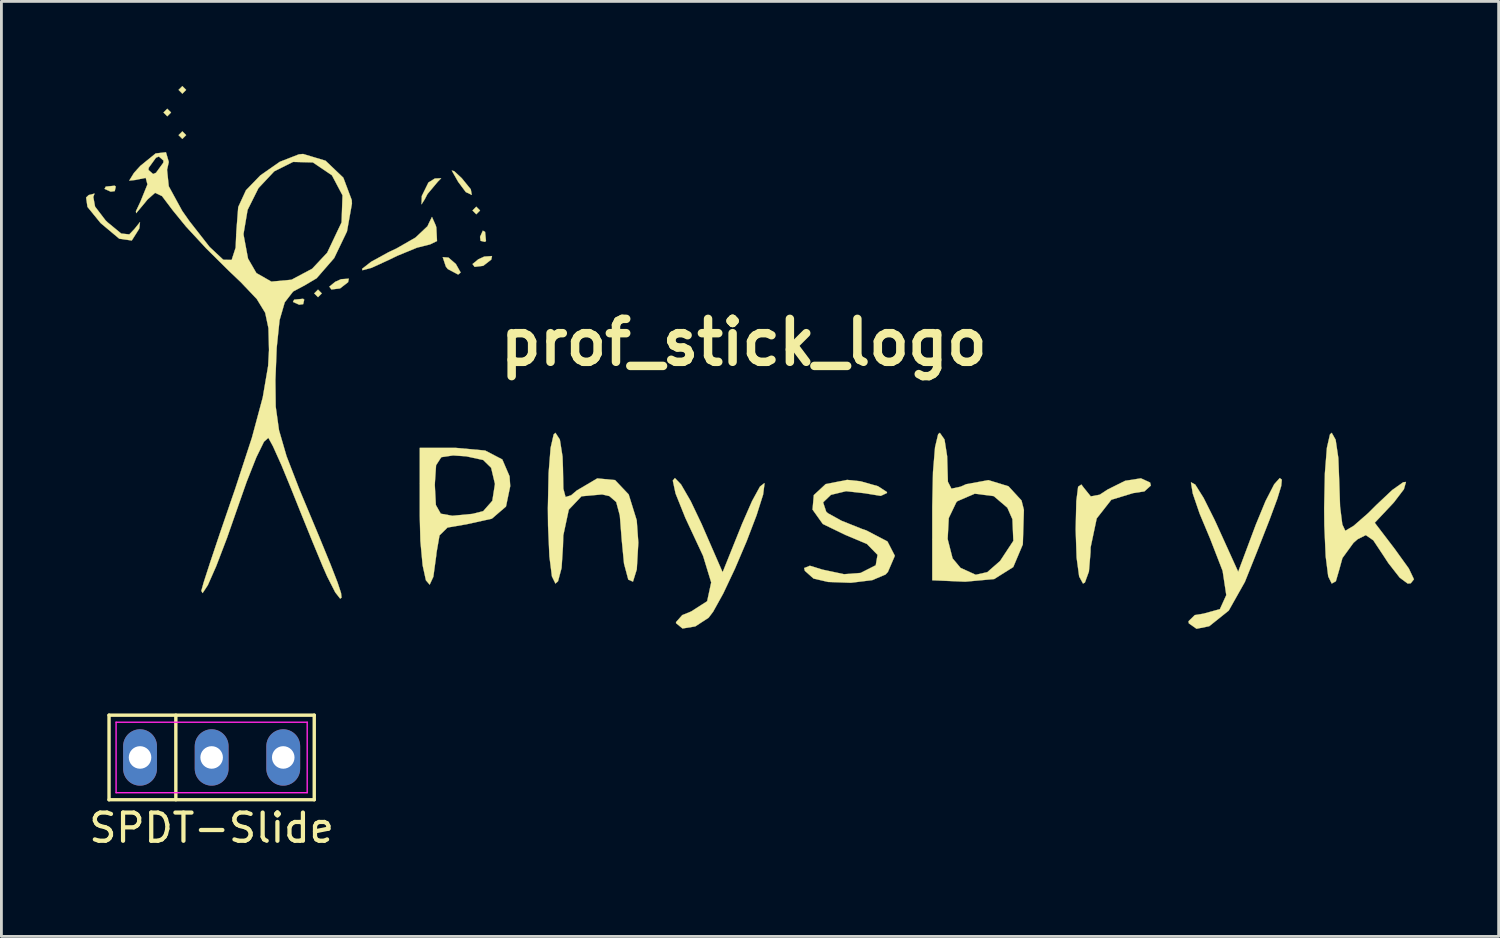
<source format=kicad_pcb>
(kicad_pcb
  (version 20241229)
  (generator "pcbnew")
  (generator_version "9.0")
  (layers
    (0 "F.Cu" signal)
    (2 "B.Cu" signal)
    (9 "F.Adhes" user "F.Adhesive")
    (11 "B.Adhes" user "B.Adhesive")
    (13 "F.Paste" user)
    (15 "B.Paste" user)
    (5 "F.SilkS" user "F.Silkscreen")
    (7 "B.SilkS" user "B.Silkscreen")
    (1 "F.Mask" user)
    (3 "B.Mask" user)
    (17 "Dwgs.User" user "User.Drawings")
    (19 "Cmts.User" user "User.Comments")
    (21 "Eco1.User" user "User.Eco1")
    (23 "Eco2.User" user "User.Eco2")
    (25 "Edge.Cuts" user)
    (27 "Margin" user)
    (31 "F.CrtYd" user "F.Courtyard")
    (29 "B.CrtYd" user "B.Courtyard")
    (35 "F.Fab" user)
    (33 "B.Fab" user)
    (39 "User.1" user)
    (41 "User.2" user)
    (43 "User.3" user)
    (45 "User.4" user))
  (footprint "prof_stick_logo"
    (layer "F.Cu")
    (at 23.338 9.096)
    (property "Reference" "prof_stick_logo" (at 0 0 0) (layer "F.SilkS") (effects (font (size 1.524 1.524) (thickness 0.3))))
    (attr through_hole)
    (fp_poly (pts (xy -20.32 -8.155) (xy -20.454 -8.021) (xy -20.587 -8.155) (xy -20.454 -8.288) (xy -20.32 -8.155)) (stroke (width 0.01) (type solid)) (fill yes) (layer "F.SilkS"))
    (fp_poly (pts (xy -19.785 -8.957) (xy -19.919 -8.823) (xy -20.053 -8.957) (xy -19.919 -9.091) (xy -19.785 -8.957)) (stroke (width 0.01) (type solid)) (fill yes) (layer "F.SilkS"))
    (fp_poly (pts (xy -19.785 -7.353) (xy -19.919 -7.219) (xy -20.053 -7.353) (xy -19.919 -7.486) (xy -19.785 -7.353)) (stroke (width 0.01) (type solid)) (fill yes) (layer "F.SilkS"))
    (fp_poly (pts (xy -14.973 -1.738) (xy -15.106 -1.604) (xy -15.24 -1.738) (xy -15.106 -1.872) (xy -14.973 -1.738)) (stroke (width 0.01) (type solid)) (fill yes) (layer "F.SilkS"))
    (fp_poly (pts (xy -9.358 -4.679) (xy -9.492 -4.545) (xy -9.625 -4.679) (xy -9.492 -4.813) (xy -9.358 -4.679)) (stroke (width 0.01) (type solid)) (fill yes) (layer "F.SilkS"))
    (fp_poly (pts (xy -22.281 -5.526) (xy -22.317 -5.367) (xy -22.459 -5.347) (xy -22.679 -5.445) (xy -22.637 -5.526) (xy -22.32 -5.558) (xy -22.281 -5.526)) (stroke (width 0.01) (type solid)) (fill yes) (layer "F.SilkS"))
    (fp_poly (pts (xy -15.596 -1.515) (xy -15.633 -1.356) (xy -15.775 -1.337) (xy -15.995 -1.435) (xy -15.953 -1.515) (xy -15.636 -1.547) (xy -15.596 -1.515)) (stroke (width 0.01) (type solid)) (fill yes) (layer "F.SilkS"))
    (fp_poly (pts (xy -9.18 -3.921) (xy -9.148 -3.604) (xy -9.18 -3.565) (xy -9.339 -3.602) (xy -9.358 -3.743) (xy -9.26 -3.963) (xy -9.18 -3.921)) (stroke (width 0.01) (type solid)) (fill yes) (layer "F.SilkS"))
    (fp_poly (pts (xy -14.039 -2.136) (xy -14.325 -1.914) (xy -14.631 -1.877) (xy -14.705 -1.977) (xy -14.496 -2.148) (xy -14.29 -2.241) (xy -14.014 -2.26) (xy -14.039 -2.136)) (stroke (width 0.01) (type solid)) (fill yes) (layer "F.SilkS"))
    (fp_poly (pts (xy -10.479 -3.008) (xy -10.216 -2.78) (xy -10.046 -2.479) (xy -10.134 -2.406) (xy -10.504 -2.602) (xy -10.572 -2.691) (xy -10.682 -3.023) (xy -10.479 -3.008)) (stroke (width 0.01) (type solid)) (fill yes) (layer "F.SilkS"))
    (fp_poly (pts (xy -10.276 -6.074) (xy -10.005 -5.822) (xy -9.687 -5.43) (xy -9.651 -5.232) (xy -9.863 -5.332) (xy -10.133 -5.694) (xy -10.361 -6.095) (xy -10.276 -6.074)) (stroke (width 0.01) (type solid)) (fill yes) (layer "F.SilkS"))
    (fp_poly (pts (xy -8.959 -2.938) (xy -9.245 -2.716) (xy -9.551 -2.679) (xy -9.625 -2.779) (xy -9.416 -2.95) (xy -9.21 -3.043) (xy -8.934 -3.062) (xy -8.959 -2.938)) (stroke (width 0.01) (type solid)) (fill yes) (layer "F.SilkS"))
    (fp_poly (pts (xy -10.855 -5.702) (xy -11.223 -5.264) (xy -11.318 -5.08) (xy -11.434 -4.897) (xy -11.425 -5.192) (xy -11.19 -5.671) (xy -10.962 -5.813) (xy -10.737 -5.823) (xy -10.855 -5.702)) (stroke (width 0.01) (type solid)) (fill yes) (layer "F.SilkS"))
    (fp_poly (pts (xy -10.929 -4.147) (xy -10.909 -4.077) (xy -10.885 -3.595) (xy -11.131 -3.476) (xy -11.594 -3.36) (xy -12.301 -3.069) (xy -12.605 -2.921) (xy -13.21 -2.644) (xy -13.53 -2.559) (xy -13.543 -2.608) (xy -13.224 -2.858) (xy -12.602 -3.2) (xy -12.325 -3.33) (xy -11.648 -3.719) (xy -11.222 -4.121) (xy -11.165 -4.246) (xy -11.064 -4.45) (xy -10.929 -4.147)) (stroke (width 0.01) (type solid)) (fill yes) (layer "F.SilkS"))
    (fp_poly (pts (xy -23.078 -5.16) (xy -23.016 -4.817) (xy -22.645 -4.33) (xy -22.57 -4.257) (xy -22.088 -3.861) (xy -21.8 -3.831) (xy -21.622 -4.018) (xy -21.422 -4.266) (xy -21.444 -4.061) (xy -21.453 -4.027) (xy -21.713 -3.614) (xy -22.156 -3.677) (xy -22.804 -4.22) (xy -22.828 -4.244) (xy -23.285 -4.806) (xy -23.333 -5.139) (xy -23.242 -5.226) (xy -23.034 -5.279) (xy -23.078 -5.16)) (stroke (width 0.01) (type solid)) (fill yes) (layer "F.SilkS"))
    (fp_poly (pts (xy 14.412 4.972) (xy 14.438 5.08) (xy 14.21 5.286) (xy 13.811 5.347) (xy 13.037 5.583) (xy 12.518 6.246) (xy 12.302 7.272) (xy 12.299 7.441) (xy 12.242 8.127) (xy 12.099 8.52) (xy 12.032 8.556) (xy 11.896 8.307) (xy 11.805 7.636) (xy 11.772 6.654) (xy 11.772 6.617) (xy 11.795 5.629) (xy 11.859 5.121) (xy 11.974 5.043) (xy 12.055 5.151) (xy 12.307 5.463) (xy 12.624 5.404) (xy 12.909 5.218) (xy 13.527 4.91) (xy 14.086 4.823) (xy 14.412 4.972)) (stroke (width 0.01) (type solid)) (fill yes) (layer "F.SilkS"))
    (fp_poly (pts (xy 19.085 4.871) (xy 19.064 5.092) (xy 18.925 5.546) (xy 18.645 6.303) (xy 18.201 7.435) (xy 17.775 8.497) (xy 17.202 9.515) (xy 16.509 10.069) (xy 16.06 10.16) (xy 15.786 9.967) (xy 15.775 9.893) (xy 15.998 9.674) (xy 16.3 9.625) (xy 16.888 9.464) (xy 17.115 8.965) (xy 16.985 8.107) (xy 16.544 6.969) (xy 16.17 6.077) (xy 15.926 5.362) (xy 15.862 4.972) (xy 15.865 4.964) (xy 16.013 5.044) (xy 16.31 5.517) (xy 16.695 6.286) (xy 16.752 6.408) (xy 17.537 8.138) (xy 18.159 6.475) (xy 18.506 5.633) (xy 18.814 5.034) (xy 19.012 4.813) (xy 19.085 4.871)) (stroke (width 0.01) (type solid)) (fill yes) (layer "F.SilkS"))
    (fp_poly (pts (xy -2.228 5.039) (xy -1.884 5.634) (xy -1.487 6.468) (xy -1.481 6.484) (xy -0.753 8.155) (xy -0.06 6.431) (xy 0.292 5.628) (xy 0.572 5.116) (xy 0.727 4.994) (xy 0.734 5.008) (xy 0.683 5.402) (xy 0.452 6.131) (xy 0.1 7.053) (xy -0.314 8.026) (xy -0.73 8.907) (xy -1.088 9.553) (xy -1.251 9.769) (xy -1.723 10.076) (xy -2.175 10.15) (xy -2.404 9.962) (xy -2.406 9.924) (xy -2.184 9.674) (xy -1.873 9.548) (xy -1.302 9.183) (xy -1.158 8.516) (xy -1.446 7.573) (xy -1.467 7.529) (xy -2.075 6.226) (xy -2.423 5.359) (xy -2.52 4.902) (xy -2.445 4.813) (xy -2.228 5.039)) (stroke (width 0.01) (type solid)) (fill yes) (layer "F.SilkS"))
    (fp_poly (pts (xy -6.527 3.448) (xy -6.431 4.056) (xy -6.417 4.453) (xy -6.403 5.192) (xy -6.324 5.486) (xy -6.126 5.424) (xy -5.928 5.255) (xy -5.199 4.825) (xy -4.568 4.886) (xy -4.085 5.395) (xy -3.8 6.312) (xy -3.743 7.104) (xy -3.798 8.052) (xy -3.933 8.488) (xy -4.099 8.417) (xy -4.251 7.847) (xy -4.331 7.018) (xy -4.4 6.141) (xy -4.528 5.663) (xy -4.771 5.453) (xy -5.028 5.394) (xy -5.76 5.46) (xy -6.21 5.934) (xy -6.405 6.848) (xy -6.417 7.252) (xy -6.466 8.003) (xy -6.592 8.475) (xy -6.684 8.556) (xy -6.808 8.302) (xy -6.898 7.59) (xy -6.946 6.499) (xy -6.952 5.882) (xy -6.926 4.64) (xy -6.855 3.742) (xy -6.746 3.265) (xy -6.684 3.208) (xy -6.527 3.448)) (stroke (width 0.01) (type solid)) (fill yes) (layer "F.SilkS"))
    (fp_poly (pts (xy 4.141 4.928) (xy 4.759 5.103) (xy 5.071 5.306) (xy 5.08 5.341) (xy 4.858 5.445) (xy 4.307 5.356) (xy 4.296 5.353) (xy 3.626 5.279) (xy 3.089 5.409) (xy 2.812 5.675) (xy 2.922 6.007) (xy 2.984 6.062) (xy 3.465 6.328) (xy 4.193 6.619) (xy 4.345 6.67) (xy 5.095 7.063) (xy 5.357 7.571) (xy 5.111 8.144) (xy 5.027 8.235) (xy 4.554 8.435) (xy 3.795 8.528) (xy 2.991 8.499) (xy 2.473 8.379) (xy 2.164 8.104) (xy 2.139 8.005) (xy 2.343 7.924) (xy 2.788 8.061) (xy 3.555 8.224) (xy 4.142 8.179) (xy 4.679 7.907) (xy 4.743 7.537) (xy 4.366 7.151) (xy 3.609 6.834) (xy 2.802 6.443) (xy 2.437 5.931) (xy 2.482 5.418) (xy 2.903 5.027) (xy 3.665 4.878) (xy 4.141 4.928)) (stroke (width 0.01) (type solid)) (fill yes) (layer "F.SilkS"))
    (fp_poly (pts (xy 7.119 3.446) (xy 7.212 4.038) (xy 7.219 4.272) (xy 7.239 4.944) (xy 7.364 5.189) (xy 7.69 5.119) (xy 7.887 5.031) (xy 8.676 4.887) (xy 9.388 5.105) (xy 9.851 5.609) (xy 9.935 5.943) (xy 9.897 7.167) (xy 9.558 7.97) (xy 8.881 8.396) (xy 7.853 8.49) (xy 6.684 8.439) (xy 6.684 6.977) (xy 7.23 6.977) (xy 7.405 7.662) (xy 7.687 8) (xy 8.226 8.244) (xy 8.637 8.151) (xy 9.091 7.754) (xy 9.561 7.041) (xy 9.528 6.273) (xy 9.348 5.865) (xy 8.866 5.454) (xy 8.191 5.368) (xy 7.575 5.634) (xy 7.54 5.668) (xy 7.27 6.231) (xy 7.23 6.977) (xy 6.684 6.977) (xy 6.684 5.824) (xy 6.71 4.601) (xy 6.783 3.719) (xy 6.893 3.258) (xy 6.952 3.208) (xy 7.119 3.446)) (stroke (width 0.01) (type solid)) (fill yes) (layer "F.SilkS"))
    (fp_poly (pts (xy -9.176 3.837) (xy -8.568 4.154) (xy -8.311 4.751) (xy -8.288 5.101) (xy -8.438 5.823) (xy -8.939 6.254) (xy -9.87 6.46) (xy -9.894 6.462) (xy -10.513 6.569) (xy -10.796 6.847) (xy -10.904 7.469) (xy -10.911 7.553) (xy -11.015 8.315) (xy -11.145 8.595) (xy -11.278 8.442) (xy -11.395 7.908) (xy -11.475 7.042) (xy -11.497 6.149) (xy -11.497 5.08) (xy -10.962 5.08) (xy -10.925 5.77) (xy -10.752 6.077) (xy -10.353 6.149) (xy -10.316 6.149) (xy -9.623 6.083) (xy -9.246 5.987) (xy -8.923 5.62) (xy -8.829 5.022) (xy -8.965 4.448) (xy -9.246 4.173) (xy -9.85 4.042) (xy -10.316 4.011) (xy -10.733 4.073) (xy -10.918 4.358) (xy -10.962 5.017) (xy -10.962 5.08) (xy -11.497 5.08) (xy -11.497 3.743) (xy -10.213 3.743) (xy -9.176 3.837)) (stroke (width 0.01) (type solid)) (fill yes) (layer "F.SilkS"))
    (fp_poly (pts (xy 20.994 3.454) (xy 21.09 4.104) (xy 21.122 4.946) (xy 21.152 5.831) (xy 21.231 6.457) (xy 21.337 6.684) (xy 21.634 6.507) (xy 22.147 6.058) (xy 22.455 5.752) (xy 23.001 5.238) (xy 23.389 4.963) (xy 23.489 4.951) (xy 23.416 5.21) (xy 23.064 5.672) (xy 23.001 5.741) (xy 22.382 6.399) (xy 23.089 7.326) (xy 23.592 8.024) (xy 23.772 8.404) (xy 23.66 8.546) (xy 23.55 8.556) (xy 23.269 8.348) (xy 22.863 7.829) (xy 22.718 7.606) (xy 22.331 7.023) (xy 22.065 6.837) (xy 21.776 6.982) (xy 21.626 7.113) (xy 21.235 7.651) (xy 21.122 8.062) (xy 21.002 8.474) (xy 20.855 8.556) (xy 20.731 8.302) (xy 20.641 7.59) (xy 20.593 6.499) (xy 20.587 5.882) (xy 20.613 4.64) (xy 20.684 3.742) (xy 20.793 3.265) (xy 20.855 3.208) (xy 20.994 3.454)) (stroke (width 0.01) (type solid)) (fill yes) (layer "F.SilkS"))
    (fp_poly (pts (xy -20.4 -6.399) (xy -20.462 -6.122) (xy -20.401 -5.538) (xy -19.924 -4.664) (xy -19.669 -4.301) (xy -18.954 -3.387) (xy -18.467 -2.931) (xy -18.17 -2.925) (xy -18.029 -3.36) (xy -18.008 -3.836) (xy -17.751 -3.836) (xy -17.589 -2.972) (xy -17.293 -2.46) (xy -16.761 -2.156) (xy -16.048 -2.222) (xy -15.315 -2.612) (xy -14.781 -3.181) (xy -14.271 -4.256) (xy -14.237 -5.217) (xy -14.613 -5.928) (xy -15.288 -6.384) (xy -15.992 -6.402) (xy -16.658 -6.069) (xy -17.219 -5.472) (xy -17.605 -4.699) (xy -17.751 -3.836) (xy -18.008 -3.836) (xy -18.003 -3.944) (xy -17.937 -4.8) (xy -17.662 -5.397) (xy -17.152 -5.924) (xy -16.46 -6.407) (xy -15.788 -6.669) (xy -15.637 -6.684) (xy -14.84 -6.445) (xy -14.208 -5.842) (xy -13.909 -5.046) (xy -13.903 -4.92) (xy -14.079 -3.936) (xy -14.533 -2.99) (xy -15.155 -2.275) (xy -15.549 -2.041) (xy -15.99 -1.804) (xy -16.287 -1.421) (xy -16.47 -0.79) (xy -16.572 0.189) (xy -16.618 1.337) (xy -16.607 2.278) (xy -16.49 3.117) (xy -16.223 4.036) (xy -15.766 5.217) (xy -15.656 5.481) (xy -15.067 6.89) (xy -14.661 7.88) (xy -14.411 8.523) (xy -14.29 8.89) (xy -14.272 9.055) (xy -14.32 9.091) (xy -14.495 8.868) (xy -14.782 8.304) (xy -14.936 7.954) (xy -15.306 7.061) (xy -15.752 5.959) (xy -16.05 5.214) (xy -16.406 4.348) (xy -16.705 3.683) (xy -16.868 3.385) (xy -17.023 3.524) (xy -17.294 4.076) (xy -17.638 4.946) (xy -17.888 5.658) (xy -18.332 6.93) (xy -18.717 7.937) (xy -19.016 8.614) (xy -19.201 8.894) (xy -19.246 8.814) (xy -19.165 8.523) (xy -18.939 7.824) (xy -18.6 6.812) (xy -18.179 5.584) (xy -18.048 5.205) (xy -17.451 3.38) (xy -17.067 1.952) (xy -16.876 0.835) (xy -16.845 0.272) (xy -16.865 -0.504) (xy -16.981 -1.052) (xy -17.279 -1.539) (xy -17.843 -2.133) (xy -18.266 -2.535) (xy -19.069 -3.33) (xy -19.789 -4.108) (xy -20.255 -4.679) (xy -20.641 -5.19) (xy -20.887 -5.306) (xy -21.154 -5.069) (xy -21.254 -4.946) (xy -21.557 -4.584) (xy -21.566 -4.652) (xy -21.404 -4.996) (xy -21.157 -5.606) (xy -21.219 -5.837) (xy -21.584 -5.762) (xy -21.803 -5.739) (xy -21.638 -6.008) (xy -21.539 -6.118) (xy -21.122 -6.118) (xy -20.957 -5.973) (xy -20.855 -6.016) (xy -20.597 -6.37) (xy -20.587 -6.448) (xy -20.752 -6.593) (xy -20.855 -6.551) (xy -21.112 -6.196) (xy -21.122 -6.118) (xy -21.539 -6.118) (xy -21.411 -6.26) (xy -20.866 -6.703) (xy -20.501 -6.745) (xy -20.4 -6.399)) (stroke (width 0.01) (type solid)) (fill yes) (layer "F.SilkS")))
  (footprint "SPDT-Slide"
    (layer "F.Cu")
    (at 4.458 23.821)
    (property "Reference" "SPDT-Slide" (at 0 2.5 0) (layer "F.SilkS") (effects (font (size 1 1) (thickness 0.15))))
    (attr through_hole)
    (fp_line (start -3.64 -1.5) (end 3.64 -1.5) (stroke (width 0.12) (type solid)) (layer "F.SilkS"))
    (fp_line (start -3.64 1.5) (end -3.64 -1.5) (stroke (width 0.12) (type solid)) (layer "F.SilkS"))
    (fp_line (start -1.27 -1.5) (end -1.27 1.5) (stroke (width 0.12) (type solid)) (layer "F.SilkS"))
    (fp_line (start 3.64 -1.5) (end 3.64 1.5) (stroke (width 0.12) (type solid)) (layer "F.SilkS"))
    (fp_line (start 3.64 1.5) (end -3.64 1.5) (stroke (width 0.12) (type solid)) (layer "F.SilkS"))
    (fp_line (start -3.39 -1.25) (end 3.39 -1.25) (stroke (width 0.05) (type solid)) (layer "F.CrtYd"))
    (fp_line (start -3.39 1.25) (end -3.39 -1.25) (stroke (width 0.05) (type solid)) (layer "F.CrtYd"))
    (fp_line (start 3.39 -1.25) (end 3.39 1.25) (stroke (width 0.05) (type solid)) (layer "F.CrtYd"))
    (fp_line (start 3.39 1.25) (end -3.39 1.25) (stroke (width 0.05) (type solid)) (layer "F.CrtYd"))
    (pad "1" thru_hole oval (at -2.54 0) (size 1.2 2) (drill 0.8) (layers "*.Cu" "*.Mask"))
    (pad "2" thru_hole oval (at 0 0) (size 1.2 2) (drill 0.8) (layers "*.Cu" "*.Mask"))
    (pad "3" thru_hole oval (at 2.54 0) (size 1.2 2) (drill 0.8) (layers "*.Cu" "*.Mask")))
  (gr_rect
    (start -3 -3)
    (end 50.115 30.169)
    (stroke (width 0.1) (type default))
    (fill no)
    (layer "Edge.Cuts")))
</source>
